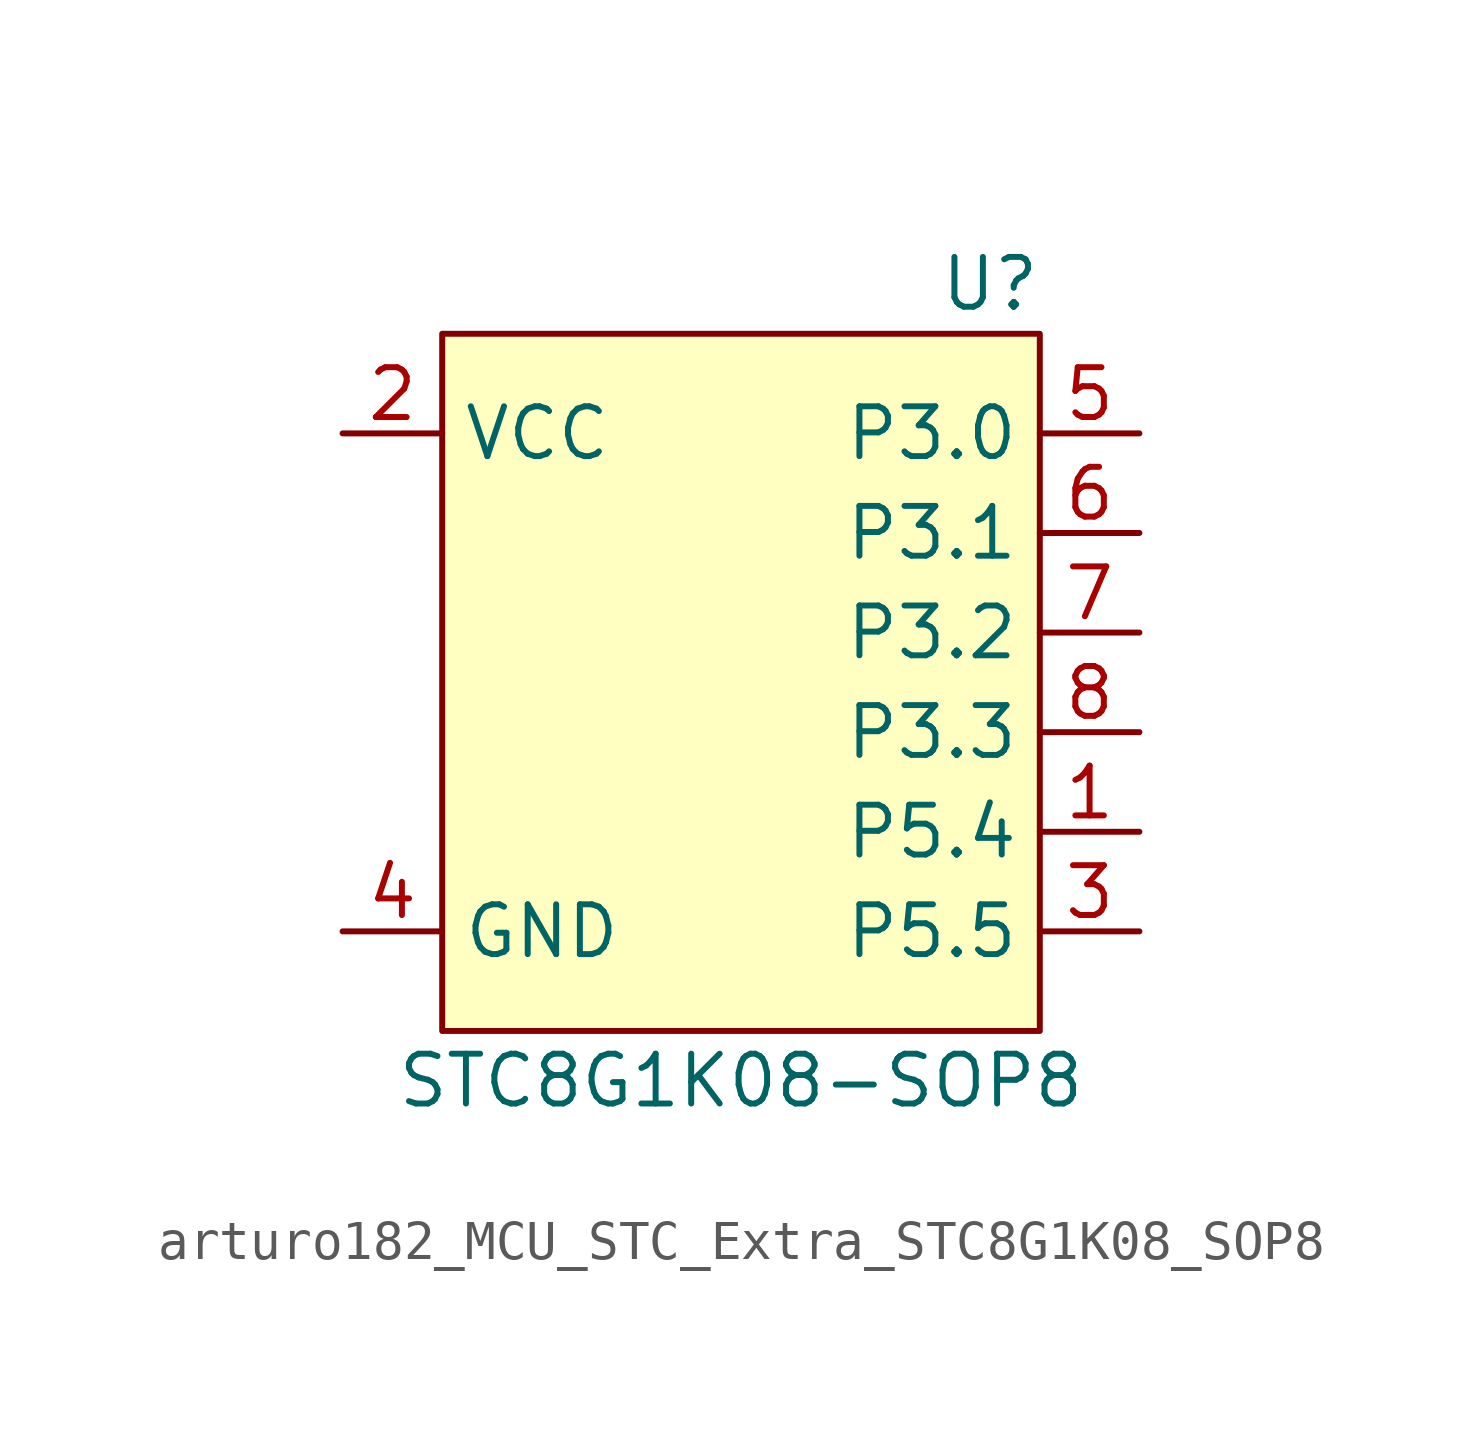
<source format=kicad_sym>
(kicad_symbol_lib
  (version 20220914)
  (generator kicad_symbol_editor)
  (symbol "MCU_STC_Extra:arturo182_MCU_STC_Extra_STC8G1K08_SOP8"
    (property "Reference" "U"
      (at 6.35 10.16 0)
      (effects (font (size 1.27 1.27))))
    (property "Value" "STC8G1K08-SOP8"
      (at 0 -10.16 0)
      (effects (font (size 1.27 1.27))))
    (symbol "arturo182_MCU_STC_Extra_STC8G1K08_SOP8_0_0"
      (pin bidirectional line (at 10.16 -3.81 180) (length 2.54) (name "P5.4" (effects (font (size 1.27 1.27)))) (number "1" (effects (font (size 1.27 1.27)))) (alternate "MCLKO" bidirectional line) (alternate "RST" bidirectional line))
      (pin power_in line (at -10.16 6.35 0) (length 2.54) (name "VCC" (effects (font (size 1.27 1.27)))) (number "2" (effects (font (size 1.27 1.27)))))
      (pin bidirectional line (at 10.16 -6.35 180) (length 2.54) (name "P5.5" (effects (font (size 1.27 1.27)))) (number "3" (effects (font (size 1.27 1.27)))))
      (pin power_in line (at -10.16 -6.35 0) (length 2.54) (name "GND" (effects (font (size 1.27 1.27)))) (number "4" (effects (font (size 1.27 1.27)))))
      (pin bidirectional line (at 10.16 6.35 180) (length 2.54) (name "P3.0" (effects (font (size 1.27 1.27)))) (number "5" (effects (font (size 1.27 1.27)))) (alternate "ADC8" bidirectional line) (alternate "INT4" bidirectional line) (alternate "RxD" bidirectional line))
      (pin bidirectional line (at 10.16 3.81 180) (length 2.54) (name "P3.1" (effects (font (size 1.27 1.27)))) (number "6" (effects (font (size 1.27 1.27)))) (alternate "ADC9" bidirectional line) (alternate "TxD" bidirectional line))
      (pin bidirectional line (at 10.16 1.27 180) (length 2.54) (name "P3.2" (effects (font (size 1.27 1.27)))) (number "7" (effects (font (size 1.27 1.27)))) (alternate "ADC10" bidirectional line) (alternate "I2C_SDA4" bidirectional line) (alternate "INT0" bidirectional line) (alternate "SCLK4" bidirectional line))
      (pin bidirectional line (at 10.16 -1.27 180) (length 2.54) (name "P3.3" (effects (font (size 1.27 1.27)))) (number "8" (effects (font (size 1.27 1.27)))) (alternate "ADC11" bidirectional line) (alternate "I2C_SDA4" bidirectional line) (alternate "INT1" bidirectional line) (alternate "MISO" bidirectional line)))
    (symbol "arturo182_MCU_STC_Extra_STC8G1K08_SOP8_0_1"
      (rectangle (start -7.62 8.89) (end 7.62 -8.89) (stroke (width 0.152)) (fill (type background))))))
</source>
